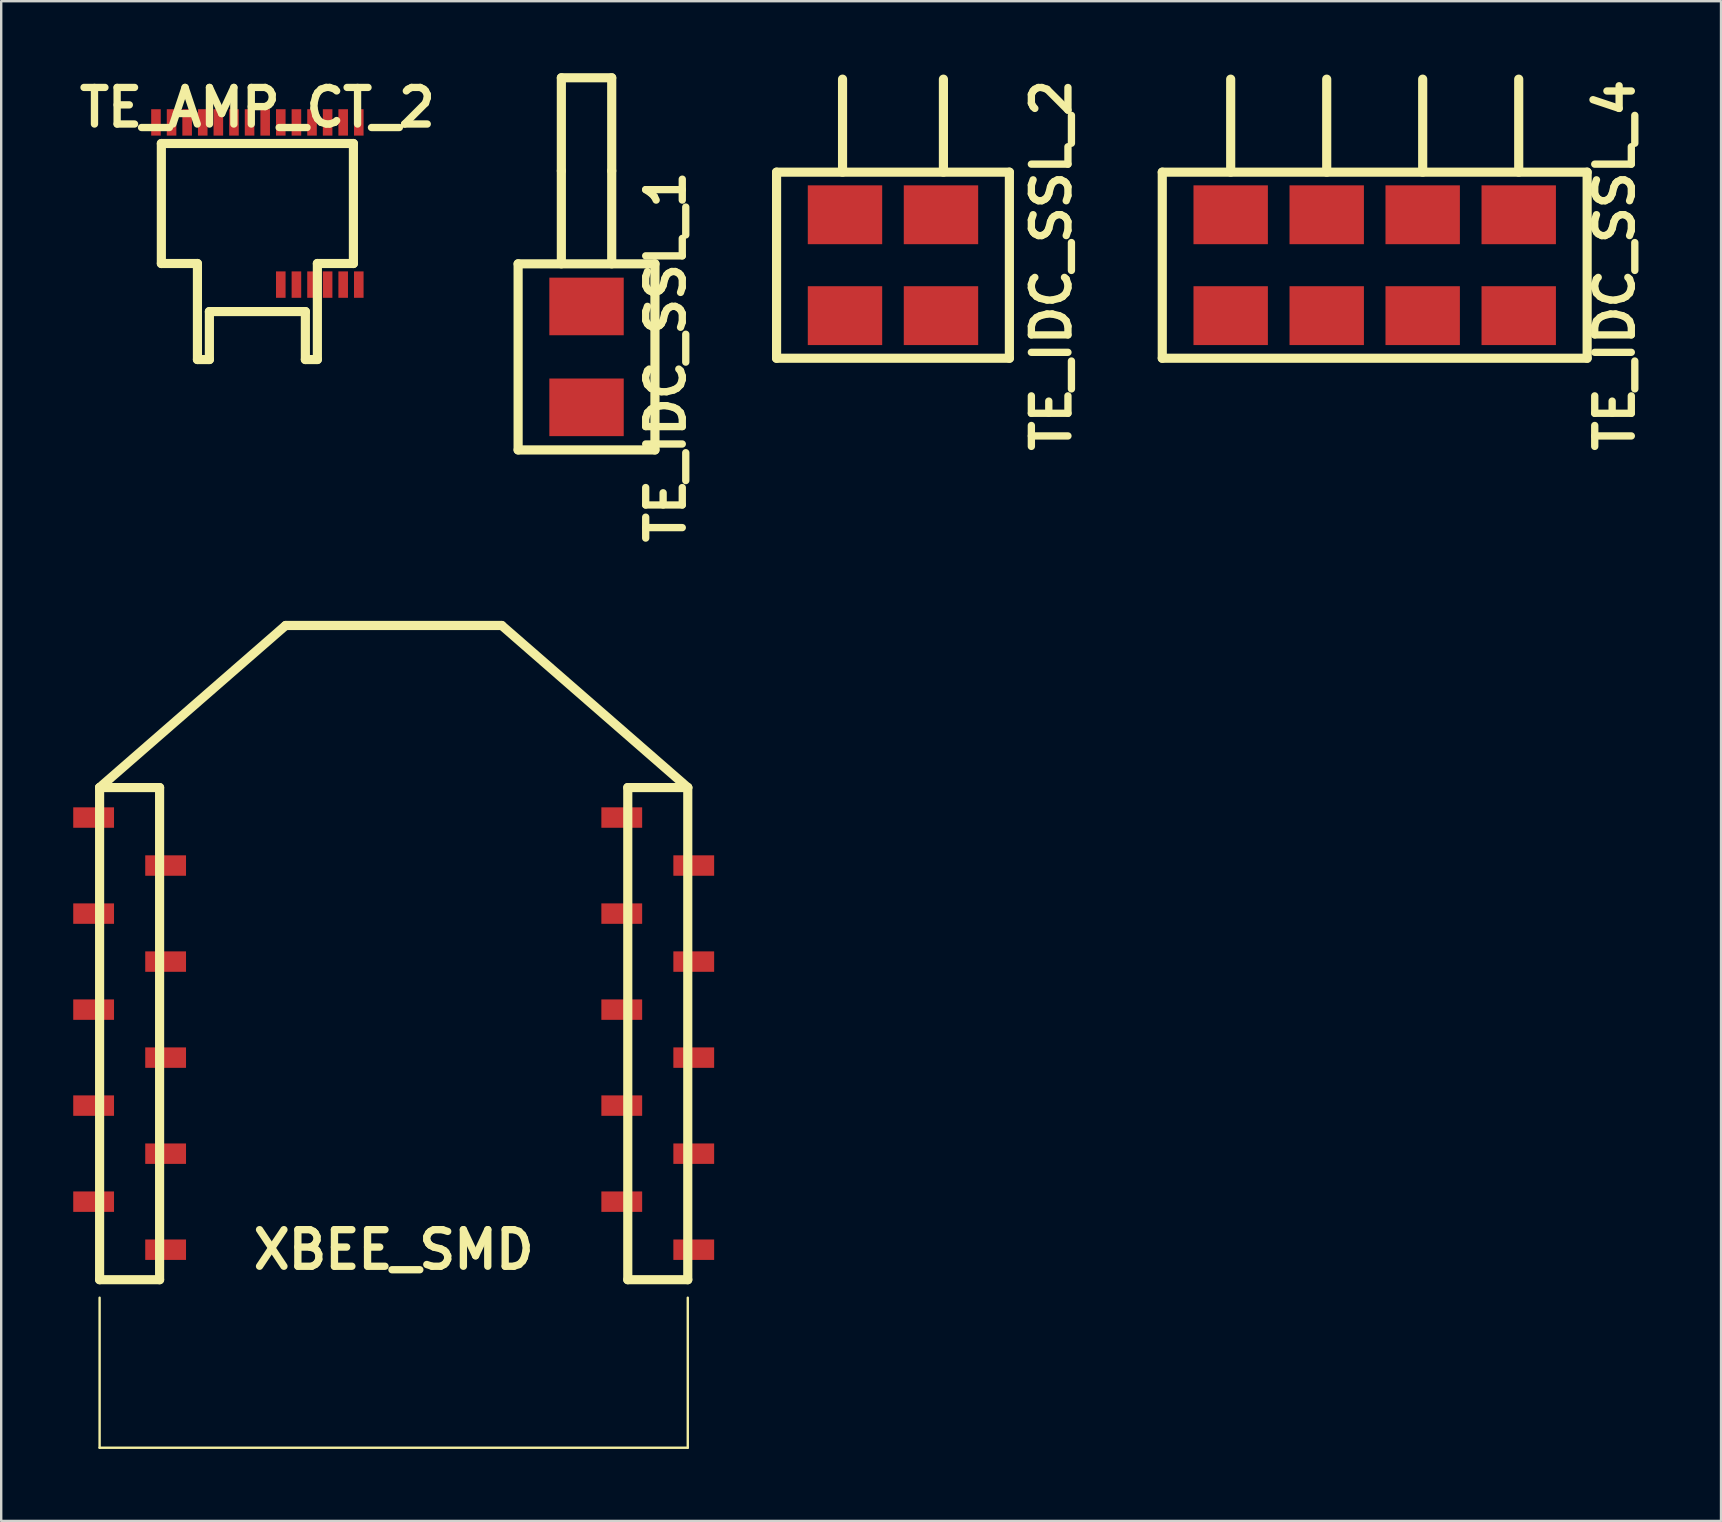
<source format=kicad_pcb>
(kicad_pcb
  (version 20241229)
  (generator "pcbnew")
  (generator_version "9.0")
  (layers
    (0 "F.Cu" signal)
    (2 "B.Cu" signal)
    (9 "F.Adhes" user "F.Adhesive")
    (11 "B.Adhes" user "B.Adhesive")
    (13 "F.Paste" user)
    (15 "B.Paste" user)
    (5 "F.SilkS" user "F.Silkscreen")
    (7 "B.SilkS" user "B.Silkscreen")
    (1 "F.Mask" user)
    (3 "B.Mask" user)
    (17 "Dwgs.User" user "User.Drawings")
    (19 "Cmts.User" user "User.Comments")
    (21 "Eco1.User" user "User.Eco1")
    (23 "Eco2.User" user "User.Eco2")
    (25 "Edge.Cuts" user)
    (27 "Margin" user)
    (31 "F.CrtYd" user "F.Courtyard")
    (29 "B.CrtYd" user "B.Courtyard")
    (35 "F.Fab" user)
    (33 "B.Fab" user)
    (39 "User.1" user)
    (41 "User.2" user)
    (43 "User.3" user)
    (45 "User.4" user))
  (footprint "TE_IDC_SSL_4"
    (layer "F.Cu")
    (at 54.213 7.997)
    (property "Reference" "TE_IDC_SSL_4" (at 10 0 90) (layer "F.SilkS") (effects (font (size 1.524 1.524) (thickness 0.305))))
    (attr through_hole)
    (fp_line (start -8.849 -3.876) (end 8.849 -3.876) (stroke (width 0.381) (type solid)) (layer "F.SilkS"))
    (fp_line (start -8.849 3.876) (end -8.849 -3.876) (stroke (width 0.381) (type solid)) (layer "F.SilkS"))
    (fp_line (start -5.999 -3.876) (end -5.999 -7.75) (stroke (width 0.381) (type solid)) (layer "F.SilkS"))
    (fp_line (start -1.999 -3.876) (end -1.999 -7.75) (stroke (width 0.381) (type solid)) (layer "F.SilkS"))
    (fp_line (start 1.999 -3.876) (end 1.999 -7.75) (stroke (width 0.381) (type solid)) (layer "F.SilkS"))
    (fp_line (start 5.999 -3.876) (end 5.999 -7.75) (stroke (width 0.381) (type solid)) (layer "F.SilkS"))
    (fp_line (start 8.849 -3.876) (end 8.849 3.876) (stroke (width 0.381) (type solid)) (layer "F.SilkS"))
    (fp_line (start 8.849 3.876) (end -8.849 3.876) (stroke (width 0.381) (type solid)) (layer "F.SilkS"))
    (pad "1" smd rect (at 5.999 -2.101) (size 3.099 2.451) (layers "F.Cu" "F.Mask" "F.Paste"))
    (pad "1" smd rect (at 5.999 2.101) (size 3.099 2.451) (layers "F.Cu" "F.Mask" "F.Paste"))
    (pad "2" smd rect (at 1.999 -2.101) (size 3.099 2.451) (layers "F.Cu" "F.Mask" "F.Paste"))
    (pad "2" smd rect (at 1.999 2.101) (size 3.099 2.451) (layers "F.Cu" "F.Mask" "F.Paste"))
    (pad "3" smd rect (at -1.999 -2.101) (size 3.099 2.451) (layers "F.Cu" "F.Mask" "F.Paste"))
    (pad "3" smd rect (at -1.999 2.101) (size 3.099 2.451) (layers "F.Cu" "F.Mask" "F.Paste"))
    (pad "4" smd rect (at -5.999 -2.101) (size 3.099 2.451) (layers "F.Cu" "F.Mask" "F.Paste"))
    (pad "4" smd rect (at -5.999 2.101) (size 3.099 2.451) (layers "F.Cu" "F.Mask" "F.Paste")))
  (footprint "TE_IDC_SSL_1"
    (layer "F.Cu")
    (at 21.382 11.816)
    (property "Reference" "TE_IDC_SSL_1" (at 3.299 0 90) (layer "F.SilkS") (effects (font (size 1.524 1.524) (thickness 0.305))))
    (attr through_hole)
    (fp_line (start -2.85 -3.876) (end 2.85 -3.876) (stroke (width 0.381) (type solid)) (layer "F.SilkS"))
    (fp_line (start -2.85 3.876) (end -2.85 -3.876) (stroke (width 0.381) (type solid)) (layer "F.SilkS"))
    (fp_line (start -1.049 -11.626) (end -1.049 -7.75) (stroke (width 0.381) (type solid)) (layer "F.SilkS"))
    (fp_line (start -1.049 -3.876) (end -1.049 -7.75) (stroke (width 0.381) (type solid)) (layer "F.SilkS"))
    (fp_line (start 1.049 -11.626) (end -1.049 -11.626) (stroke (width 0.381) (type solid)) (layer "F.SilkS"))
    (fp_line (start 1.049 -7.75) (end 1.049 -11.626) (stroke (width 0.381) (type solid)) (layer "F.SilkS"))
    (fp_line (start 1.049 -7.75) (end 1.049 -3.876) (stroke (width 0.381) (type solid)) (layer "F.SilkS"))
    (fp_line (start 2.85 -3.876) (end 2.85 3.876) (stroke (width 0.381) (type solid)) (layer "F.SilkS"))
    (fp_line (start 2.85 3.876) (end -2.85 3.876) (stroke (width 0.381) (type solid)) (layer "F.SilkS"))
    (pad "1" smd rect (at 0 -2.101) (size 3.099 2.4) (layers "F.Cu" "F.Mask" "F.Paste"))
    (pad "2" smd rect (at 0 2.101) (size 3.099 2.4) (layers "F.Cu" "F.Mask" "F.Paste")))
  (footprint "TE_IDC_SSL_2"
    (layer "F.Cu")
    (at 34.147 7.997)
    (property "Reference" "TE_IDC_SSL_2" (at 6.599 0 90) (layer "F.SilkS") (effects (font (size 1.524 1.524) (thickness 0.305))))
    (attr through_hole)
    (fp_line (start -4.849 -3.876) (end 4.849 -3.876) (stroke (width 0.381) (type solid)) (layer "F.SilkS"))
    (fp_line (start -4.849 3.876) (end -4.849 -3.876) (stroke (width 0.381) (type solid)) (layer "F.SilkS"))
    (fp_line (start -2.101 -3.876) (end -2.101 -7.75) (stroke (width 0.381) (type solid)) (layer "F.SilkS"))
    (fp_line (start 2.101 -3.876) (end 2.101 -7.75) (stroke (width 0.381) (type solid)) (layer "F.SilkS"))
    (fp_line (start 4.849 -3.876) (end 4.849 3.876) (stroke (width 0.381) (type solid)) (layer "F.SilkS"))
    (fp_line (start 4.849 3.876) (end -4.849 3.876) (stroke (width 0.381) (type solid)) (layer "F.SilkS"))
    (pad "1" smd rect (at 1.999 -2.101) (size 3.099 2.451) (layers "F.Cu" "F.Mask" "F.Paste"))
    (pad "1" smd rect (at 1.999 2.101) (size 3.099 2.451) (layers "F.Cu" "F.Mask" "F.Paste"))
    (pad "2" smd rect (at -1.999 -2.101) (size 3.099 2.451) (layers "F.Cu" "F.Mask" "F.Paste"))
    (pad "2" smd rect (at -1.999 2.101) (size 3.099 2.451) (layers "F.Cu" "F.Mask" "F.Paste")))
  (footprint "TE_AMP_CT_2"
    (layer "F.Cu")
    (at 7.671 5.427)
    (property "Reference" "TE_AMP_CT_2" (at 0 -4 0) (layer "F.SilkS") (effects (font (size 1.524 1.524) (thickness 0.305))))
    (attr through_hole)
    (fp_line (start -4 -2.499) (end 4 -2.499) (stroke (width 0.381) (type solid)) (layer "F.SilkS"))
    (fp_line (start -4 2.499) (end -4 -2.499) (stroke (width 0.381) (type solid)) (layer "F.SilkS"))
    (fp_line (start -2.499 2.499) (end -4 2.499) (stroke (width 0.381) (type solid)) (layer "F.SilkS"))
    (fp_line (start -2.497 6.5) (end -2.497 2.499) (stroke (width 0.381) (type solid)) (layer "F.SilkS"))
    (fp_line (start -1.999 4.501) (end -1.999 6.5) (stroke (width 0.381) (type solid)) (layer "F.SilkS"))
    (fp_line (start -1.999 6.5) (end -2.497 6.5) (stroke (width 0.381) (type solid)) (layer "F.SilkS"))
    (fp_line (start 1.999 4.501) (end -1.999 4.501) (stroke (width 0.381) (type solid)) (layer "F.SilkS"))
    (fp_line (start 1.999 6.5) (end 1.999 4.501) (stroke (width 0.381) (type solid)) (layer "F.SilkS"))
    (fp_line (start 2.497 6.5) (end 1.999 6.5) (stroke (width 0.381) (type solid)) (layer "F.SilkS"))
    (fp_line (start 2.499 2.499) (end 2.499 6.5) (stroke (width 0.381) (type solid)) (layer "F.SilkS"))
    (fp_line (start 4 -2.499) (end 4 2.499) (stroke (width 0.381) (type solid)) (layer "F.SilkS"))
    (fp_line (start 4 2.499) (end 2.499 2.499) (stroke (width 0.381) (type solid)) (layer "F.SilkS"))
    (pad "9" smd rect (at 0.975 3.378) (size 0.399 1.1) (layers "F.Cu" "F.Mask" "F.Paste"))
    (pad "10" smd rect (at 1.626 3.378) (size 0.399 1.1) (layers "F.Cu" "F.Mask" "F.Paste"))
    (pad "11" smd rect (at 2.276 3.378) (size 0.399 1.1) (layers "F.Cu" "F.Mask" "F.Paste"))
    (pad "12" smd rect (at 2.926 3.378) (size 0.399 1.1) (layers "F.Cu" "F.Mask" "F.Paste"))
    (pad "13" smd rect (at 3.574 3.378) (size 0.399 1.1) (layers "F.Cu" "F.Mask" "F.Paste"))
    (pad "14" smd rect (at 4.224 3.378) (size 0.399 1.1) (layers "F.Cu" "F.Mask" "F.Paste"))
    (pad "15" smd rect (at 4.224 -3.378) (size 0.399 1.1) (layers "F.Cu" "F.Mask" "F.Paste"))
    (pad "16" smd rect (at 3.574 -3.378) (size 0.399 1.1) (layers "F.Cu" "F.Mask" "F.Paste"))
    (pad "17" smd rect (at 2.926 -3.378) (size 0.399 1.1) (layers "F.Cu" "F.Mask" "F.Paste"))
    (pad "18" smd rect (at 2.276 -3.378) (size 0.399 1.1) (layers "F.Cu" "F.Mask" "F.Paste"))
    (pad "19" smd rect (at 1.626 -3.378) (size 0.399 1.1) (layers "F.Cu" "F.Mask" "F.Paste"))
    (pad "20" smd rect (at 0.975 -3.378) (size 0.399 1.1) (layers "F.Cu" "F.Mask" "F.Paste"))
    (pad "21" smd rect (at 0.325 -3.378) (size 0.399 1.1) (layers "F.Cu" "F.Mask" "F.Paste"))
    (pad "22" smd rect (at -0.325 -3.378) (size 0.399 1.1) (layers "F.Cu" "F.Mask" "F.Paste"))
    (pad "23" smd rect (at -0.975 -3.378) (size 0.399 1.1) (layers "F.Cu" "F.Mask" "F.Paste"))
    (pad "24" smd rect (at -1.626 -3.378) (size 0.399 1.1) (layers "F.Cu" "F.Mask" "F.Paste"))
    (pad "25" smd rect (at -2.276 -3.378) (size 0.399 1.1) (layers "F.Cu" "F.Mask" "F.Paste"))
    (pad "26" smd rect (at -2.926 -3.378) (size 0.399 1.1) (layers "F.Cu" "F.Mask" "F.Paste"))
    (pad "27" smd rect (at -3.574 -3.378) (size 0.399 1.1) (layers "F.Cu" "F.Mask" "F.Paste"))
    (pad "28" smd rect (at -4.224 -3.378) (size 0.399 1.1) (layers "F.Cu" "F.Mask" "F.Paste")))
  (footprint "XBEE_SMD"
    (layer "F.Cu")
    (at 13.349 51.005)
    (property "Reference" "XBEE_SMD" (at 0 -1.999 0) (layer "F.SilkS") (effects (font (size 1.524 1.524) (thickness 0.305))))
    (attr through_hole)
    (fp_line (start -12.25 -21.25) (end -12.25 -0.749) (stroke (width 0.381) (type solid)) (layer "F.SilkS"))
    (fp_line (start -12.25 -21.25) (end -9.751 -21.25) (stroke (width 0.381) (type solid)) (layer "F.SilkS"))
    (fp_line (start -12.25 -21.25) (end -4.501 -28.001) (stroke (width 0.381) (type solid)) (layer "F.SilkS"))
    (fp_line (start -12.25 6.251) (end -12.25 0) (stroke (width 0.099) (type solid)) (layer "F.SilkS"))
    (fp_line (start -12.25 6.251) (end 12.25 6.251) (stroke (width 0.099) (type solid)) (layer "F.SilkS"))
    (fp_line (start -9.751 -21.25) (end -9.751 -0.749) (stroke (width 0.381) (type solid)) (layer "F.SilkS"))
    (fp_line (start -9.751 -0.749) (end -12.25 -0.749) (stroke (width 0.381) (type solid)) (layer "F.SilkS"))
    (fp_line (start 4.501 -28.001) (end -4.501 -28.001) (stroke (width 0.381) (type solid)) (layer "F.SilkS"))
    (fp_line (start 9.751 -21.25) (end 12.25 -21.25) (stroke (width 0.381) (type solid)) (layer "F.SilkS"))
    (fp_line (start 9.751 -0.749) (end 9.751 -21.25) (stroke (width 0.381) (type solid)) (layer "F.SilkS"))
    (fp_line (start 12.25 -21.25) (end 4.501 -28.001) (stroke (width 0.381) (type solid)) (layer "F.SilkS"))
    (fp_line (start 12.25 -0.749) (end 9.751 -0.749) (stroke (width 0.381) (type solid)) (layer "F.SilkS"))
    (fp_line (start 12.25 -0.749) (end 12.25 -21.25) (stroke (width 0.381) (type solid)) (layer "F.SilkS"))
    (fp_line (start 12.25 6.251) (end 12.25 0) (stroke (width 0.099) (type solid)) (layer "F.SilkS"))
    (pad "1" smd rect (at -12.499 -20) (size 1.699 0.851) (layers "F.Cu" "F.Mask" "F.Paste"))
    (pad "2" smd rect (at -9.5 -18.001) (size 1.699 0.851) (layers "F.Cu" "F.Mask" "F.Paste"))
    (pad "3" smd rect (at -12.499 -15.999) (size 1.699 0.851) (layers "F.Cu" "F.Mask" "F.Paste"))
    (pad "4" smd rect (at -9.5 -14) (size 1.699 0.851) (layers "F.Cu" "F.Mask" "F.Paste"))
    (pad "5" smd rect (at -12.499 -11.999) (size 1.699 0.851) (layers "F.Cu" "F.Mask" "F.Paste"))
    (pad "6" smd rect (at -9.5 -10) (size 1.699 0.851) (layers "F.Cu" "F.Mask" "F.Paste"))
    (pad "7" smd rect (at -12.499 -8.001) (size 1.699 0.851) (layers "F.Cu" "F.Mask" "F.Paste"))
    (pad "8" smd rect (at -9.5 -5.999) (size 1.699 0.851) (layers "F.Cu" "F.Mask" "F.Paste"))
    (pad "9" smd rect (at -12.499 -4) (size 1.699 0.851) (layers "F.Cu" "F.Mask" "F.Paste"))
    (pad "10" smd rect (at -9.5 -1.999) (size 1.699 0.851) (layers "F.Cu" "F.Mask" "F.Paste"))
    (pad "11" smd rect (at 12.499 -1.999) (size 1.699 0.851) (layers "F.Cu" "F.Mask" "F.Paste"))
    (pad "12" smd rect (at 9.5 -4) (size 1.699 0.851) (layers "F.Cu" "F.Mask" "F.Paste"))
    (pad "13" smd rect (at 12.499 -5.999) (size 1.699 0.851) (layers "F.Cu" "F.Mask" "F.Paste"))
    (pad "14" smd rect (at 9.5 -8.001) (size 1.699 0.851) (layers "F.Cu" "F.Mask" "F.Paste"))
    (pad "15" smd rect (at 12.499 -10) (size 1.699 0.851) (layers "F.Cu" "F.Mask" "F.Paste"))
    (pad "16" smd rect (at 9.5 -11.999) (size 1.699 0.851) (layers "F.Cu" "F.Mask" "F.Paste"))
    (pad "17" smd rect (at 12.499 -14) (size 1.699 0.851) (layers "F.Cu" "F.Mask" "F.Paste"))
    (pad "18" smd rect (at 9.5 -15.999) (size 1.699 0.851) (layers "F.Cu" "F.Mask" "F.Paste"))
    (pad "19" smd rect (at 12.499 -18.001) (size 1.699 0.851) (layers "F.Cu" "F.Mask" "F.Paste"))
    (pad "20" smd rect (at 9.5 -20) (size 1.699 0.851) (layers "F.Cu" "F.Mask" "F.Paste")))
  (gr_rect
    (start -3 -3)
    (end 68.639 60.305)
    (stroke (width 0.1) (type default))
    (fill no)
    (layer "Edge.Cuts")))
</source>
